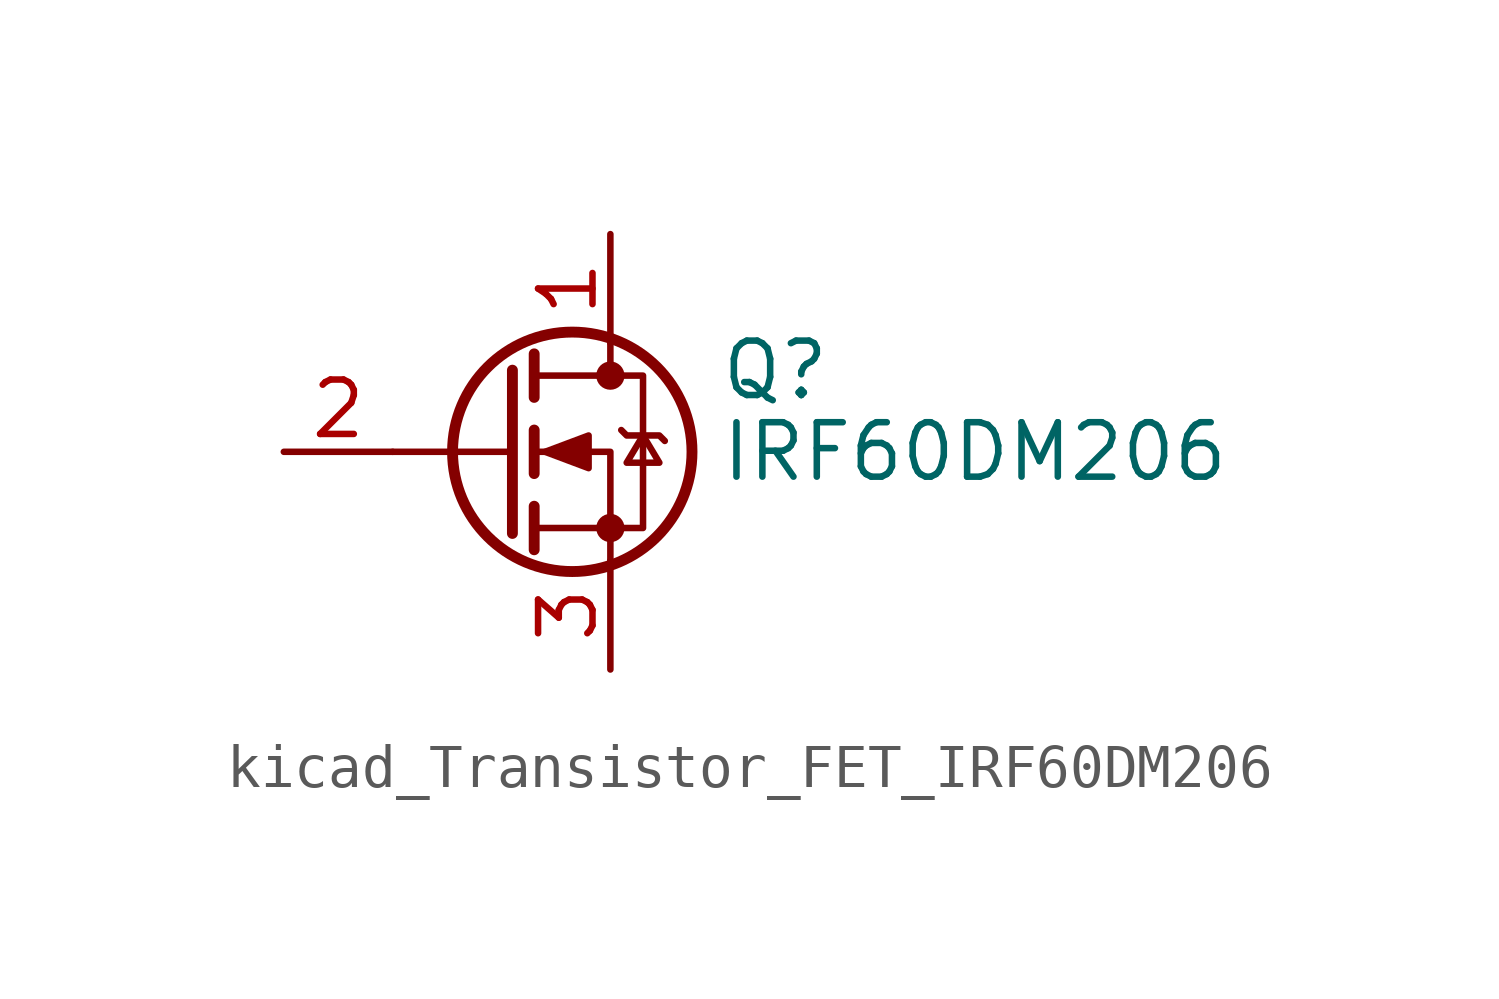
<source format=kicad_sym>
(kicad_symbol_lib
  (version 20220914)
  (generator kicad_symbol_editor)
  (symbol "kicad_Transistor_FET_IRF60DM206"
    (pin_names hide)
    (property "Reference" "Q"
      (at 5.08 1.905 0)
      (effects (font (size 1.27 1.27)) (justify left)))
    (property "Value" "IRF60DM206"
      (at 5.08 0 0)
      (effects (font (size 1.27 1.27)) (justify left)))
    (symbol "kicad_Transistor_FET_IRF60DM206_0_1"
      (polyline (pts (xy 0.254 0) (xy -2.54 0)) (stroke (width 0) (type default)) (fill (type none)))
      (polyline (pts (xy 0.254 1.905) (xy 0.254 -1.905)) (stroke (width 0.254) (type default)) (fill (type none)))
      (polyline (pts (xy 0.762 -1.27) (xy 0.762 -2.286)) (stroke (width 0.254) (type default)) (fill (type none)))
      (polyline (pts (xy 0.762 0.508) (xy 0.762 -0.508)) (stroke (width 0.254) (type default)) (fill (type none)))
      (polyline (pts (xy 0.762 2.286) (xy 0.762 1.27)) (stroke (width 0.254) (type default)) (fill (type none)))
      (polyline (pts (xy 2.54 2.54) (xy 2.54 1.778)) (stroke (width 0) (type default)) (fill (type none)))
      (polyline (pts (xy 2.54 -2.54) (xy 2.54 0) (xy 0.762 0)) (stroke (width 0) (type default)) (fill (type none)))
      (polyline (pts (xy 0.762 -1.778) (xy 3.302 -1.778) (xy 3.302 1.778) (xy 0.762 1.778)) (stroke (width 0) (type default)) (fill (type none)))
      (polyline (pts (xy 1.016 0) (xy 2.032 0.381) (xy 2.032 -0.381) (xy 1.016 0)) (stroke (width 0) (type default)) (fill (type outline)))
      (polyline (pts (xy 2.794 0.508) (xy 2.921 0.381) (xy 3.683 0.381) (xy 3.81 0.254)) (stroke (width 0) (type default)) (fill (type none)))
      (polyline (pts (xy 3.302 0.381) (xy 2.921 -0.254) (xy 3.683 -0.254) (xy 3.302 0.381)) (stroke (width 0) (type default)) (fill (type none)))
      (circle (center 1.651 0) (radius 2.794) (stroke (width 0.254) (type default)) (fill (type none)))
      (circle (center 2.54 -1.778) (radius 0.254) (stroke (width 0) (type default)) (fill (type outline)))
      (circle (center 2.54 1.778) (radius 0.254) (stroke (width 0) (type default)) (fill (type outline))))
    (symbol "kicad_Transistor_FET_IRF60DM206_1_1"
      (pin passive line (at 2.54 5.08 270) (length 2.54) (name "D" (effects (font (size 1.27 1.27)))) (number "1" (effects (font (size 1.27 1.27)))))
      (pin input line (at -5.08 0 0) (length 2.54) (name "G" (effects (font (size 1.27 1.27)))) (number "2" (effects (font (size 1.27 1.27)))))
      (pin passive line (at 2.54 -5.08 90) (length 2.54) (name "S" (effects (font (size 1.27 1.27)))) (number "3" (effects (font (size 1.27 1.27))))))))
</source>
